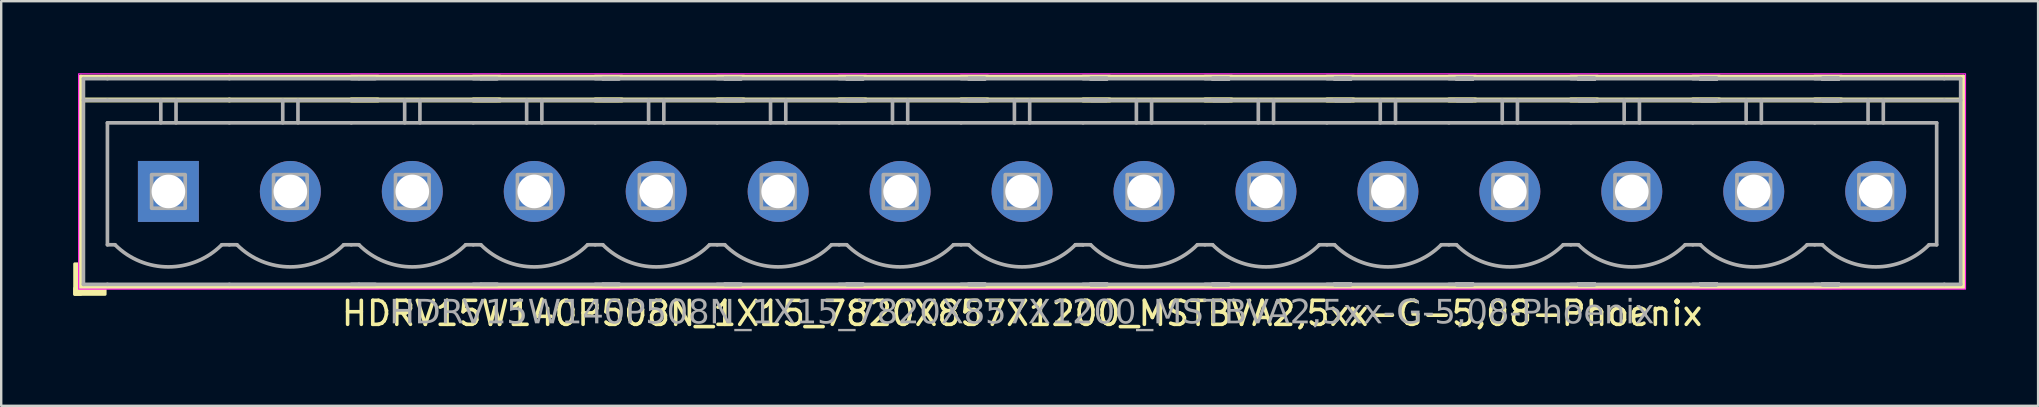
<source format=kicad_pcb>
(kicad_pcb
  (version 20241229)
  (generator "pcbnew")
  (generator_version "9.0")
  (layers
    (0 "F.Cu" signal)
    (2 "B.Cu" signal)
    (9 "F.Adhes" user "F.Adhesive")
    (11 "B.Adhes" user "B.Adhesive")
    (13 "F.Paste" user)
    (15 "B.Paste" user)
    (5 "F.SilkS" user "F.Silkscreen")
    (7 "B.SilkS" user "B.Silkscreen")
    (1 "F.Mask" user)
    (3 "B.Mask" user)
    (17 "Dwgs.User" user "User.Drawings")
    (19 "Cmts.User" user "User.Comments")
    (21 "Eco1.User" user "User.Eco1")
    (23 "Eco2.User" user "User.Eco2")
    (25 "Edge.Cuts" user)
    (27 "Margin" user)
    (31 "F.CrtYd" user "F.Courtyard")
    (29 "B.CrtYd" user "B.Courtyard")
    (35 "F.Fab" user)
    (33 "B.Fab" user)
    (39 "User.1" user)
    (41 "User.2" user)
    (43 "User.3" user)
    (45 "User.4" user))
  (footprint "HDRV15W140P508N_1X15_7820X857X1200_MSTBVA2,5xx-G-5,08-Phoenix"
    (layer "F.Cu")
    (at 39.525 4.925)
    (property "Reference" "HDRV15W140P508N_1X15_7820X857X1200_MSTBVA2,5xx-G-5,08-Phoenix" (at 0 5.08 0) (layer "F.SilkS") (effects (font (size 1 1) (thickness 0.15))))
    (attr through_hole)
    (fp_line (start -39.211 -4.763) (end -39.211 3.969) (stroke (width 0.203) (type solid)) (layer "F.SilkS"))
    (fp_line (start -39.211 -4.763) (end -33.02 -4.763) (stroke (width 0.203) (type solid)) (layer "F.SilkS"))
    (fp_line (start -39.211 -3.81) (end -33.02 -3.81) (stroke (width 0.203) (type solid)) (layer "F.SilkS"))
    (fp_line (start -39.211 3.969) (end -33.02 3.969) (stroke (width 0.203) (type solid)) (layer "F.SilkS"))
    (fp_line (start -26.829 -4.763) (end -33.02 -4.763) (stroke (width 0.203) (type solid)) (layer "F.SilkS"))
    (fp_line (start -26.829 -3.81) (end -33.02 -3.81) (stroke (width 0.203) (type solid)) (layer "F.SilkS"))
    (fp_line (start -26.829 3.969) (end -33.02 3.969) (stroke (width 0.203) (type solid)) (layer "F.SilkS"))
    (fp_line (start -21.749 -4.763) (end -27.94 -4.763) (stroke (width 0.203) (type solid)) (layer "F.SilkS"))
    (fp_line (start -21.749 -3.81) (end -27.94 -3.81) (stroke (width 0.203) (type solid)) (layer "F.SilkS"))
    (fp_line (start -21.749 3.969) (end -27.94 3.969) (stroke (width 0.203) (type solid)) (layer "F.SilkS"))
    (fp_line (start -16.669 -4.763) (end -22.86 -4.763) (stroke (width 0.203) (type solid)) (layer "F.SilkS"))
    (fp_line (start -16.669 -3.81) (end -22.86 -3.81) (stroke (width 0.203) (type solid)) (layer "F.SilkS"))
    (fp_line (start -16.669 3.969) (end -22.86 3.969) (stroke (width 0.203) (type solid)) (layer "F.SilkS"))
    (fp_line (start -11.589 -4.763) (end -17.78 -4.763) (stroke (width 0.203) (type solid)) (layer "F.SilkS"))
    (fp_line (start -11.589 -3.81) (end -17.78 -3.81) (stroke (width 0.203) (type solid)) (layer "F.SilkS"))
    (fp_line (start -11.589 3.969) (end -17.78 3.969) (stroke (width 0.203) (type solid)) (layer "F.SilkS"))
    (fp_line (start -6.509 -4.763) (end -12.7 -4.763) (stroke (width 0.203) (type solid)) (layer "F.SilkS"))
    (fp_line (start -6.509 -3.81) (end -12.7 -3.81) (stroke (width 0.203) (type solid)) (layer "F.SilkS"))
    (fp_line (start -6.509 3.969) (end -12.7 3.969) (stroke (width 0.203) (type solid)) (layer "F.SilkS"))
    (fp_line (start -1.429 -4.763) (end -7.62 -4.763) (stroke (width 0.203) (type solid)) (layer "F.SilkS"))
    (fp_line (start -1.429 -3.81) (end -7.62 -3.81) (stroke (width 0.203) (type solid)) (layer "F.SilkS"))
    (fp_line (start -1.429 3.969) (end -7.62 3.969) (stroke (width 0.203) (type solid)) (layer "F.SilkS"))
    (fp_line (start 3.651 -4.763) (end -2.54 -4.763) (stroke (width 0.203) (type solid)) (layer "F.SilkS"))
    (fp_line (start 3.651 -3.81) (end -2.54 -3.81) (stroke (width 0.203) (type solid)) (layer "F.SilkS"))
    (fp_line (start 3.651 3.969) (end -2.54 3.969) (stroke (width 0.203) (type solid)) (layer "F.SilkS"))
    (fp_line (start 8.731 -4.763) (end 2.54 -4.763) (stroke (width 0.203) (type solid)) (layer "F.SilkS"))
    (fp_line (start 8.731 -3.81) (end 2.54 -3.81) (stroke (width 0.203) (type solid)) (layer "F.SilkS"))
    (fp_line (start 8.731 3.969) (end 2.54 3.969) (stroke (width 0.203) (type solid)) (layer "F.SilkS"))
    (fp_line (start 13.811 -4.763) (end 7.62 -4.763) (stroke (width 0.203) (type solid)) (layer "F.SilkS"))
    (fp_line (start 13.811 -3.81) (end 7.62 -3.81) (stroke (width 0.203) (type solid)) (layer "F.SilkS"))
    (fp_line (start 13.811 3.969) (end 7.62 3.969) (stroke (width 0.203) (type solid)) (layer "F.SilkS"))
    (fp_line (start 18.891 -4.763) (end 12.7 -4.763) (stroke (width 0.203) (type solid)) (layer "F.SilkS"))
    (fp_line (start 18.891 -3.81) (end 12.7 -3.81) (stroke (width 0.203) (type solid)) (layer "F.SilkS"))
    (fp_line (start 18.891 3.969) (end 12.7 3.969) (stroke (width 0.203) (type solid)) (layer "F.SilkS"))
    (fp_line (start 23.971 -4.763) (end 17.78 -4.763) (stroke (width 0.203) (type solid)) (layer "F.SilkS"))
    (fp_line (start 23.971 -3.81) (end 17.78 -3.81) (stroke (width 0.203) (type solid)) (layer "F.SilkS"))
    (fp_line (start 23.971 3.969) (end 17.78 3.969) (stroke (width 0.203) (type solid)) (layer "F.SilkS"))
    (fp_line (start 29.051 -4.763) (end 22.86 -4.763) (stroke (width 0.203) (type solid)) (layer "F.SilkS"))
    (fp_line (start 29.051 -3.81) (end 22.86 -3.81) (stroke (width 0.203) (type solid)) (layer "F.SilkS"))
    (fp_line (start 29.051 3.969) (end 22.86 3.969) (stroke (width 0.203) (type solid)) (layer "F.SilkS"))
    (fp_line (start 34.131 -4.763) (end 27.94 -4.763) (stroke (width 0.203) (type solid)) (layer "F.SilkS"))
    (fp_line (start 34.131 -3.81) (end 27.94 -3.81) (stroke (width 0.203) (type solid)) (layer "F.SilkS"))
    (fp_line (start 34.131 3.969) (end 27.94 3.969) (stroke (width 0.203) (type solid)) (layer "F.SilkS"))
    (fp_line (start 39.211 -4.763) (end 33.02 -4.763) (stroke (width 0.203) (type solid)) (layer "F.SilkS"))
    (fp_line (start 39.211 -4.763) (end 39.211 3.969) (stroke (width 0.203) (type solid)) (layer "F.SilkS"))
    (fp_line (start 39.211 -3.81) (end 33.02 -3.81) (stroke (width 0.203) (type solid)) (layer "F.SilkS"))
    (fp_line (start 39.211 3.969) (end 33.02 3.969) (stroke (width 0.203) (type solid)) (layer "F.SilkS"))
    (fp_rect (start -39.211 3.016) (end -39.465 4.286) (stroke (width 0.12) (type solid)) (fill yes) (layer "F.SilkS"))
    (fp_rect (start -38.195 4.286) (end -39.465 4.032) (stroke (width 0.12) (type solid)) (fill yes) (layer "F.SilkS"))
    (fp_rect (start -39.3 -4.9) (end 39.3 4.07) (stroke (width 0.05) (type default)) (fill no) (layer "F.CrtYd"))
    (fp_line (start -39.1 -4.7) (end -39.1 3.87) (stroke (width 0.152) (type solid)) (layer "F.Fab"))
    (fp_line (start -39.1 -3.8) (end -38.1 -3.8) (stroke (width 0.152) (type solid)) (layer "F.Fab"))
    (fp_line (start -38.1 -4.7) (end -39.1 -4.7) (stroke (width 0.152) (type solid)) (layer "F.Fab"))
    (fp_line (start -38.1 -4.7) (end -33.02 -4.7) (stroke (width 0.152) (type solid)) (layer "F.Fab"))
    (fp_line (start -38.1 -2.858) (end -33.02 -2.858) (stroke (width 0.152) (type default)) (layer "F.Fab"))
    (fp_line (start -38.1 2.222) (end -38.1 -2.858) (stroke (width 0.152) (type default)) (layer "F.Fab"))
    (fp_line (start -38.1 3.87) (end -39.1 3.87) (stroke (width 0.152) (type solid)) (layer "F.Fab"))
    (fp_line (start -38.1 3.87) (end -33.02 3.87) (stroke (width 0.152) (type solid)) (layer "F.Fab"))
    (fp_line (start -37.782 2.222) (end -38.1 2.222) (stroke (width 0.152) (type default)) (layer "F.Fab"))
    (fp_line (start -35.877 -3.8) (end -35.877 -2.858) (stroke (width 0.152) (type default)) (layer "F.Fab"))
    (fp_line (start -35.242 -3.8) (end -35.242 -2.858) (stroke (width 0.152) (type default)) (layer "F.Fab"))
    (fp_line (start -33.02 -4.7) (end -27.622 -4.7) (stroke (width 0.152) (type solid)) (layer "F.Fab"))
    (fp_line (start -33.02 -3.8) (end -38.1 -3.8) (stroke (width 0.152) (type solid)) (layer "F.Fab"))
    (fp_line (start -33.02 -2.858) (end -27.94 -2.858) (stroke (width 0.152) (type default)) (layer "F.Fab"))
    (fp_line (start -33.02 2.222) (end -33.337 2.222) (stroke (width 0.152) (type default)) (layer "F.Fab"))
    (fp_line (start -33.02 3.87) (end -27.622 3.87) (stroke (width 0.152) (type solid)) (layer "F.Fab"))
    (fp_line (start -32.703 2.222) (end -33.02 2.222) (stroke (width 0.152) (type default)) (layer "F.Fab"))
    (fp_line (start -30.797 -3.8) (end -30.797 -2.858) (stroke (width 0.152) (type default)) (layer "F.Fab"))
    (fp_line (start -30.163 -3.8) (end -30.163 -2.858) (stroke (width 0.152) (type default)) (layer "F.Fab"))
    (fp_line (start -27.94 -4.7) (end -22.543 -4.7) (stroke (width 0.152) (type solid)) (layer "F.Fab"))
    (fp_line (start -27.94 -2.858) (end -22.86 -2.858) (stroke (width 0.152) (type default)) (layer "F.Fab"))
    (fp_line (start -27.94 2.222) (end -28.258 2.222) (stroke (width 0.152) (type default)) (layer "F.Fab"))
    (fp_line (start -27.94 3.87) (end -22.543 3.87) (stroke (width 0.152) (type solid)) (layer "F.Fab"))
    (fp_line (start -27.622 -4.7) (end -26.94 -4.7) (stroke (width 0.152) (type solid)) (layer "F.Fab"))
    (fp_line (start -27.622 -3.8) (end -33.02 -3.8) (stroke (width 0.152) (type solid)) (layer "F.Fab"))
    (fp_line (start -27.622 2.222) (end -27.94 2.222) (stroke (width 0.152) (type default)) (layer "F.Fab"))
    (fp_line (start -27.622 3.87) (end -26.94 3.87) (stroke (width 0.152) (type solid)) (layer "F.Fab"))
    (fp_line (start -26.94 -3.8) (end -27.622 -3.8) (stroke (width 0.152) (type solid)) (layer "F.Fab"))
    (fp_line (start -25.718 -3.8) (end -25.718 -2.858) (stroke (width 0.152) (type default)) (layer "F.Fab"))
    (fp_line (start -25.082 -3.8) (end -25.082 -2.858) (stroke (width 0.152) (type default)) (layer "F.Fab"))
    (fp_line (start -22.86 -4.7) (end -17.462 -4.7) (stroke (width 0.152) (type solid)) (layer "F.Fab"))
    (fp_line (start -22.86 -2.858) (end -17.78 -2.858) (stroke (width 0.152) (type default)) (layer "F.Fab"))
    (fp_line (start -22.86 2.222) (end -23.177 2.222) (stroke (width 0.152) (type default)) (layer "F.Fab"))
    (fp_line (start -22.86 3.87) (end -17.462 3.87) (stroke (width 0.152) (type solid)) (layer "F.Fab"))
    (fp_line (start -22.543 -4.7) (end -21.86 -4.7) (stroke (width 0.152) (type solid)) (layer "F.Fab"))
    (fp_line (start -22.543 -4.7) (end -21.86 -4.7) (stroke (width 0.152) (type solid)) (layer "F.Fab"))
    (fp_line (start -22.543 -3.8) (end -27.94 -3.8) (stroke (width 0.152) (type solid)) (layer "F.Fab"))
    (fp_line (start -22.543 2.222) (end -22.86 2.222) (stroke (width 0.152) (type default)) (layer "F.Fab"))
    (fp_line (start -22.543 3.87) (end -21.86 3.87) (stroke (width 0.152) (type solid)) (layer "F.Fab"))
    (fp_line (start -22.543 3.87) (end -21.86 3.87) (stroke (width 0.152) (type solid)) (layer "F.Fab"))
    (fp_line (start -21.86 -3.8) (end -22.543 -3.8) (stroke (width 0.152) (type solid)) (layer "F.Fab"))
    (fp_line (start -21.86 -3.8) (end -22.543 -3.8) (stroke (width 0.152) (type solid)) (layer "F.Fab"))
    (fp_line (start -20.637 -3.8) (end -20.637 -2.858) (stroke (width 0.152) (type default)) (layer "F.Fab"))
    (fp_line (start -20.003 -3.8) (end -20.003 -2.858) (stroke (width 0.152) (type default)) (layer "F.Fab"))
    (fp_line (start -17.78 -4.7) (end -12.383 -4.7) (stroke (width 0.152) (type solid)) (layer "F.Fab"))
    (fp_line (start -17.78 -2.858) (end -12.7 -2.858) (stroke (width 0.152) (type default)) (layer "F.Fab"))
    (fp_line (start -17.78 2.222) (end -18.098 2.222) (stroke (width 0.152) (type default)) (layer "F.Fab"))
    (fp_line (start -17.78 3.87) (end -12.383 3.87) (stroke (width 0.152) (type solid)) (layer "F.Fab"))
    (fp_line (start -17.462 -4.7) (end -16.78 -4.7) (stroke (width 0.152) (type solid)) (layer "F.Fab"))
    (fp_line (start -17.462 -4.7) (end -16.78 -4.7) (stroke (width 0.152) (type solid)) (layer "F.Fab"))
    (fp_line (start -17.462 -4.7) (end -16.78 -4.7) (stroke (width 0.152) (type solid)) (layer "F.Fab"))
    (fp_line (start -17.462 -3.8) (end -22.86 -3.8) (stroke (width 0.152) (type solid)) (layer "F.Fab"))
    (fp_line (start -17.462 2.222) (end -17.78 2.222) (stroke (width 0.152) (type default)) (layer "F.Fab"))
    (fp_line (start -17.462 3.87) (end -16.78 3.87) (stroke (width 0.152) (type solid)) (layer "F.Fab"))
    (fp_line (start -17.462 3.87) (end -16.78 3.87) (stroke (width 0.152) (type solid)) (layer "F.Fab"))
    (fp_line (start -17.462 3.87) (end -16.78 3.87) (stroke (width 0.152) (type solid)) (layer "F.Fab"))
    (fp_line (start -16.78 -3.8) (end -17.462 -3.8) (stroke (width 0.152) (type solid)) (layer "F.Fab"))
    (fp_line (start -16.78 -3.8) (end -17.462 -3.8) (stroke (width 0.152) (type solid)) (layer "F.Fab"))
    (fp_line (start -16.78 -3.8) (end -17.462 -3.8) (stroke (width 0.152) (type solid)) (layer "F.Fab"))
    (fp_line (start -15.557 -3.8) (end -15.557 -2.858) (stroke (width 0.152) (type default)) (layer "F.Fab"))
    (fp_line (start -14.922 -3.8) (end -14.922 -2.858) (stroke (width 0.152) (type default)) (layer "F.Fab"))
    (fp_line (start -12.7 -4.7) (end -7.303 -4.7) (stroke (width 0.152) (type solid)) (layer "F.Fab"))
    (fp_line (start -12.7 -2.858) (end -7.62 -2.858) (stroke (width 0.152) (type default)) (layer "F.Fab"))
    (fp_line (start -12.7 2.222) (end -13.018 2.222) (stroke (width 0.152) (type default)) (layer "F.Fab"))
    (fp_line (start -12.7 3.87) (end -7.303 3.87) (stroke (width 0.152) (type solid)) (layer "F.Fab"))
    (fp_line (start -12.383 -4.7) (end -11.7 -4.7) (stroke (width 0.152) (type solid)) (layer "F.Fab"))
    (fp_line (start -12.383 -4.7) (end -11.7 -4.7) (stroke (width 0.152) (type solid)) (layer "F.Fab"))
    (fp_line (start -12.383 -4.7) (end -11.7 -4.7) (stroke (width 0.152) (type solid)) (layer "F.Fab"))
    (fp_line (start -12.383 -4.7) (end -11.7 -4.7) (stroke (width 0.152) (type solid)) (layer "F.Fab"))
    (fp_line (start -12.383 -3.8) (end -17.78 -3.8) (stroke (width 0.152) (type solid)) (layer "F.Fab"))
    (fp_line (start -12.383 2.222) (end -12.7 2.222) (stroke (width 0.152) (type default)) (layer "F.Fab"))
    (fp_line (start -12.383 3.87) (end -11.7 3.87) (stroke (width 0.152) (type solid)) (layer "F.Fab"))
    (fp_line (start -12.383 3.87) (end -11.7 3.87) (stroke (width 0.152) (type solid)) (layer "F.Fab"))
    (fp_line (start -12.383 3.87) (end -11.7 3.87) (stroke (width 0.152) (type solid)) (layer "F.Fab"))
    (fp_line (start -12.383 3.87) (end -11.7 3.87) (stroke (width 0.152) (type solid)) (layer "F.Fab"))
    (fp_line (start -11.7 -3.8) (end -12.383 -3.8) (stroke (width 0.152) (type solid)) (layer "F.Fab"))
    (fp_line (start -11.7 -3.8) (end -12.383 -3.8) (stroke (width 0.152) (type solid)) (layer "F.Fab"))
    (fp_line (start -11.7 -3.8) (end -12.383 -3.8) (stroke (width 0.152) (type solid)) (layer "F.Fab"))
    (fp_line (start -11.7 -3.8) (end -12.383 -3.8) (stroke (width 0.152) (type solid)) (layer "F.Fab"))
    (fp_line (start -10.477 -3.8) (end -10.477 -2.858) (stroke (width 0.152) (type default)) (layer "F.Fab"))
    (fp_line (start -9.842 -3.8) (end -9.842 -2.858) (stroke (width 0.152) (type default)) (layer "F.Fab"))
    (fp_line (start -7.62 -4.7) (end -2.223 -4.7) (stroke (width 0.152) (type solid)) (layer "F.Fab"))
    (fp_line (start -7.62 -2.858) (end -2.54 -2.858) (stroke (width 0.152) (type default)) (layer "F.Fab"))
    (fp_line (start -7.62 2.222) (end -7.938 2.222) (stroke (width 0.152) (type default)) (layer "F.Fab"))
    (fp_line (start -7.62 3.87) (end -2.223 3.87) (stroke (width 0.152) (type solid)) (layer "F.Fab"))
    (fp_line (start -7.303 -4.7) (end -6.62 -4.7) (stroke (width 0.152) (type solid)) (layer "F.Fab"))
    (fp_line (start -7.303 -4.7) (end -6.62 -4.7) (stroke (width 0.152) (type solid)) (layer "F.Fab"))
    (fp_line (start -7.303 -4.7) (end -6.62 -4.7) (stroke (width 0.152) (type solid)) (layer "F.Fab"))
    (fp_line (start -7.303 -4.7) (end -6.62 -4.7) (stroke (width 0.152) (type solid)) (layer "F.Fab"))
    (fp_line (start -7.303 -4.7) (end -6.62 -4.7) (stroke (width 0.152) (type solid)) (layer "F.Fab"))
    (fp_line (start -7.303 -3.8) (end -12.7 -3.8) (stroke (width 0.152) (type solid)) (layer "F.Fab"))
    (fp_line (start -7.303 2.222) (end -7.62 2.222) (stroke (width 0.152) (type default)) (layer "F.Fab"))
    (fp_line (start -7.303 3.87) (end -6.62 3.87) (stroke (width 0.152) (type solid)) (layer "F.Fab"))
    (fp_line (start -7.303 3.87) (end -6.62 3.87) (stroke (width 0.152) (type solid)) (layer "F.Fab"))
    (fp_line (start -7.303 3.87) (end -6.62 3.87) (stroke (width 0.152) (type solid)) (layer "F.Fab"))
    (fp_line (start -7.303 3.87) (end -6.62 3.87) (stroke (width 0.152) (type solid)) (layer "F.Fab"))
    (fp_line (start -7.303 3.87) (end -6.62 3.87) (stroke (width 0.152) (type solid)) (layer "F.Fab"))
    (fp_line (start -6.62 -3.8) (end -7.303 -3.8) (stroke (width 0.152) (type solid)) (layer "F.Fab"))
    (fp_line (start -6.62 -3.8) (end -7.303 -3.8) (stroke (width 0.152) (type solid)) (layer "F.Fab"))
    (fp_line (start -6.62 -3.8) (end -7.303 -3.8) (stroke (width 0.152) (type solid)) (layer "F.Fab"))
    (fp_line (start -6.62 -3.8) (end -7.303 -3.8) (stroke (width 0.152) (type solid)) (layer "F.Fab"))
    (fp_line (start -6.62 -3.8) (end -7.303 -3.8) (stroke (width 0.152) (type solid)) (layer "F.Fab"))
    (fp_line (start -5.397 -3.8) (end -5.397 -2.858) (stroke (width 0.152) (type default)) (layer "F.Fab"))
    (fp_line (start -4.763 -3.8) (end -4.763 -2.858) (stroke (width 0.152) (type default)) (layer "F.Fab"))
    (fp_line (start -2.54 -4.7) (end 2.857 -4.7) (stroke (width 0.152) (type solid)) (layer "F.Fab"))
    (fp_line (start -2.54 -2.858) (end 2.54 -2.858) (stroke (width 0.152) (type default)) (layer "F.Fab"))
    (fp_line (start -2.54 2.222) (end -2.857 2.222) (stroke (width 0.152) (type default)) (layer "F.Fab"))
    (fp_line (start -2.54 3.87) (end 2.857 3.87) (stroke (width 0.152) (type solid)) (layer "F.Fab"))
    (fp_line (start -2.223 -4.7) (end -1.54 -4.7) (stroke (width 0.152) (type solid)) (layer "F.Fab"))
    (fp_line (start -2.223 -4.7) (end -1.54 -4.7) (stroke (width 0.152) (type solid)) (layer "F.Fab"))
    (fp_line (start -2.223 -4.7) (end -1.54 -4.7) (stroke (width 0.152) (type solid)) (layer "F.Fab"))
    (fp_line (start -2.223 -4.7) (end -1.54 -4.7) (stroke (width 0.152) (type solid)) (layer "F.Fab"))
    (fp_line (start -2.223 -4.7) (end -1.54 -4.7) (stroke (width 0.152) (type solid)) (layer "F.Fab"))
    (fp_line (start -2.223 -4.7) (end -1.54 -4.7) (stroke (width 0.152) (type solid)) (layer "F.Fab"))
    (fp_line (start -2.223 -3.8) (end -7.62 -3.8) (stroke (width 0.152) (type solid)) (layer "F.Fab"))
    (fp_line (start -2.223 2.222) (end -2.54 2.222) (stroke (width 0.152) (type default)) (layer "F.Fab"))
    (fp_line (start -2.223 3.87) (end -1.54 3.87) (stroke (width 0.152) (type solid)) (layer "F.Fab"))
    (fp_line (start -2.223 3.87) (end -1.54 3.87) (stroke (width 0.152) (type solid)) (layer "F.Fab"))
    (fp_line (start -2.223 3.87) (end -1.54 3.87) (stroke (width 0.152) (type solid)) (layer "F.Fab"))
    (fp_line (start -2.223 3.87) (end -1.54 3.87) (stroke (width 0.152) (type solid)) (layer "F.Fab"))
    (fp_line (start -2.223 3.87) (end -1.54 3.87) (stroke (width 0.152) (type solid)) (layer "F.Fab"))
    (fp_line (start -2.223 3.87) (end -1.54 3.87) (stroke (width 0.152) (type solid)) (layer "F.Fab"))
    (fp_line (start -1.54 -3.8) (end -2.223 -3.8) (stroke (width 0.152) (type solid)) (layer "F.Fab"))
    (fp_line (start -1.54 -3.8) (end -2.223 -3.8) (stroke (width 0.152) (type solid)) (layer "F.Fab"))
    (fp_line (start -1.54 -3.8) (end -2.223 -3.8) (stroke (width 0.152) (type solid)) (layer "F.Fab"))
    (fp_line (start -1.54 -3.8) (end -2.223 -3.8) (stroke (width 0.152) (type solid)) (layer "F.Fab"))
    (fp_line (start -1.54 -3.8) (end -2.223 -3.8) (stroke (width 0.152) (type solid)) (layer "F.Fab"))
    (fp_line (start -1.54 -3.8) (end -2.223 -3.8) (stroke (width 0.152) (type solid)) (layer "F.Fab"))
    (fp_line (start -0.318 -3.8) (end -0.318 -2.858) (stroke (width 0.152) (type default)) (layer "F.Fab"))
    (fp_line (start 0.318 -3.8) (end 0.318 -2.858) (stroke (width 0.152) (type default)) (layer "F.Fab"))
    (fp_line (start 2.54 -4.7) (end 7.938 -4.7) (stroke (width 0.152) (type solid)) (layer "F.Fab"))
    (fp_line (start 2.54 -2.858) (end 7.62 -2.858) (stroke (width 0.152) (type default)) (layer "F.Fab"))
    (fp_line (start 2.54 2.222) (end 2.223 2.222) (stroke (width 0.152) (type default)) (layer "F.Fab"))
    (fp_line (start 2.54 2.222) (end 2.223 2.222) (stroke (width 0.152) (type default)) (layer "F.Fab"))
    (fp_line (start 2.54 3.87) (end 7.938 3.87) (stroke (width 0.152) (type solid)) (layer "F.Fab"))
    (fp_line (start 2.857 -4.7) (end 3.54 -4.7) (stroke (width 0.152) (type solid)) (layer "F.Fab"))
    (fp_line (start 2.857 -4.7) (end 3.54 -4.7) (stroke (width 0.152) (type solid)) (layer "F.Fab"))
    (fp_line (start 2.857 -4.7) (end 3.54 -4.7) (stroke (width 0.152) (type solid)) (layer "F.Fab"))
    (fp_line (start 2.857 -4.7) (end 3.54 -4.7) (stroke (width 0.152) (type solid)) (layer "F.Fab"))
    (fp_line (start 2.857 -4.7) (end 3.54 -4.7) (stroke (width 0.152) (type solid)) (layer "F.Fab"))
    (fp_line (start 2.857 -4.7) (end 3.54 -4.7) (stroke (width 0.152) (type solid)) (layer "F.Fab"))
    (fp_line (start 2.857 -4.7) (end 3.54 -4.7) (stroke (width 0.152) (type solid)) (layer "F.Fab"))
    (fp_line (start 2.857 -3.8) (end -2.54 -3.8) (stroke (width 0.152) (type solid)) (layer "F.Fab"))
    (fp_line (start 2.857 2.222) (end 2.54 2.222) (stroke (width 0.152) (type default)) (layer "F.Fab"))
    (fp_line (start 2.857 3.87) (end 3.54 3.87) (stroke (width 0.152) (type solid)) (layer "F.Fab"))
    (fp_line (start 2.857 3.87) (end 3.54 3.87) (stroke (width 0.152) (type solid)) (layer "F.Fab"))
    (fp_line (start 2.857 3.87) (end 3.54 3.87) (stroke (width 0.152) (type solid)) (layer "F.Fab"))
    (fp_line (start 2.857 3.87) (end 3.54 3.87) (stroke (width 0.152) (type solid)) (layer "F.Fab"))
    (fp_line (start 2.857 3.87) (end 3.54 3.87) (stroke (width 0.152) (type solid)) (layer "F.Fab"))
    (fp_line (start 2.857 3.87) (end 3.54 3.87) (stroke (width 0.152) (type solid)) (layer "F.Fab"))
    (fp_line (start 2.857 3.87) (end 3.54 3.87) (stroke (width 0.152) (type solid)) (layer "F.Fab"))
    (fp_line (start 3.54 -3.8) (end 2.857 -3.8) (stroke (width 0.152) (type solid)) (layer "F.Fab"))
    (fp_line (start 3.54 -3.8) (end 2.857 -3.8) (stroke (width 0.152) (type solid)) (layer "F.Fab"))
    (fp_line (start 3.54 -3.8) (end 2.857 -3.8) (stroke (width 0.152) (type solid)) (layer "F.Fab"))
    (fp_line (start 3.54 -3.8) (end 2.857 -3.8) (stroke (width 0.152) (type solid)) (layer "F.Fab"))
    (fp_line (start 3.54 -3.8) (end 2.857 -3.8) (stroke (width 0.152) (type solid)) (layer "F.Fab"))
    (fp_line (start 3.54 -3.8) (end 2.857 -3.8) (stroke (width 0.152) (type solid)) (layer "F.Fab"))
    (fp_line (start 3.54 -3.8) (end 2.857 -3.8) (stroke (width 0.152) (type solid)) (layer "F.Fab"))
    (fp_line (start 4.763 -3.8) (end 4.763 -2.858) (stroke (width 0.152) (type default)) (layer "F.Fab"))
    (fp_line (start 5.397 -3.8) (end 5.397 -2.858) (stroke (width 0.152) (type default)) (layer "F.Fab"))
    (fp_line (start 7.62 -4.7) (end 13.018 -4.7) (stroke (width 0.152) (type solid)) (layer "F.Fab"))
    (fp_line (start 7.62 -2.858) (end 12.7 -2.858) (stroke (width 0.152) (type default)) (layer "F.Fab"))
    (fp_line (start 7.62 2.222) (end 7.303 2.222) (stroke (width 0.152) (type default)) (layer "F.Fab"))
    (fp_line (start 7.62 3.87) (end 13.018 3.87) (stroke (width 0.152) (type solid)) (layer "F.Fab"))
    (fp_line (start 7.938 -4.7) (end 8.62 -4.7) (stroke (width 0.152) (type solid)) (layer "F.Fab"))
    (fp_line (start 7.938 -4.7) (end 8.62 -4.7) (stroke (width 0.152) (type solid)) (layer "F.Fab"))
    (fp_line (start 7.938 -4.7) (end 8.62 -4.7) (stroke (width 0.152) (type solid)) (layer "F.Fab"))
    (fp_line (start 7.938 -4.7) (end 8.62 -4.7) (stroke (width 0.152) (type solid)) (layer "F.Fab"))
    (fp_line (start 7.938 -4.7) (end 8.62 -4.7) (stroke (width 0.152) (type solid)) (layer "F.Fab"))
    (fp_line (start 7.938 -4.7) (end 8.62 -4.7) (stroke (width 0.152) (type solid)) (layer "F.Fab"))
    (fp_line (start 7.938 -4.7) (end 8.62 -4.7) (stroke (width 0.152) (type solid)) (layer "F.Fab"))
    (fp_line (start 7.938 -4.7) (end 8.62 -4.7) (stroke (width 0.152) (type solid)) (layer "F.Fab"))
    (fp_line (start 7.938 -3.8) (end 2.54 -3.8) (stroke (width 0.152) (type solid)) (layer "F.Fab"))
    (fp_line (start 7.938 2.222) (end 7.62 2.222) (stroke (width 0.152) (type default)) (layer "F.Fab"))
    (fp_line (start 7.938 3.87) (end 8.62 3.87) (stroke (width 0.152) (type solid)) (layer "F.Fab"))
    (fp_line (start 7.938 3.87) (end 8.62 3.87) (stroke (width 0.152) (type solid)) (layer "F.Fab"))
    (fp_line (start 7.938 3.87) (end 8.62 3.87) (stroke (width 0.152) (type solid)) (layer "F.Fab"))
    (fp_line (start 7.938 3.87) (end 8.62 3.87) (stroke (width 0.152) (type solid)) (layer "F.Fab"))
    (fp_line (start 7.938 3.87) (end 8.62 3.87) (stroke (width 0.152) (type solid)) (layer "F.Fab"))
    (fp_line (start 7.938 3.87) (end 8.62 3.87) (stroke (width 0.152) (type solid)) (layer "F.Fab"))
    (fp_line (start 7.938 3.87) (end 8.62 3.87) (stroke (width 0.152) (type solid)) (layer "F.Fab"))
    (fp_line (start 7.938 3.87) (end 8.62 3.87) (stroke (width 0.152) (type solid)) (layer "F.Fab"))
    (fp_line (start 8.62 -3.8) (end 7.938 -3.8) (stroke (width 0.152) (type solid)) (layer "F.Fab"))
    (fp_line (start 8.62 -3.8) (end 7.938 -3.8) (stroke (width 0.152) (type solid)) (layer "F.Fab"))
    (fp_line (start 8.62 -3.8) (end 7.938 -3.8) (stroke (width 0.152) (type solid)) (layer "F.Fab"))
    (fp_line (start 8.62 -3.8) (end 7.938 -3.8) (stroke (width 0.152) (type solid)) (layer "F.Fab"))
    (fp_line (start 8.62 -3.8) (end 7.938 -3.8) (stroke (width 0.152) (type solid)) (layer "F.Fab"))
    (fp_line (start 8.62 -3.8) (end 7.938 -3.8) (stroke (width 0.152) (type solid)) (layer "F.Fab"))
    (fp_line (start 8.62 -3.8) (end 7.938 -3.8) (stroke (width 0.152) (type solid)) (layer "F.Fab"))
    (fp_line (start 8.62 -3.8) (end 7.938 -3.8) (stroke (width 0.152) (type solid)) (layer "F.Fab"))
    (fp_line (start 9.842 -3.8) (end 9.842 -2.858) (stroke (width 0.152) (type default)) (layer "F.Fab"))
    (fp_line (start 10.477 -3.8) (end 10.477 -2.858) (stroke (width 0.152) (type default)) (layer "F.Fab"))
    (fp_line (start 12.7 -4.7) (end 18.098 -4.7) (stroke (width 0.152) (type solid)) (layer "F.Fab"))
    (fp_line (start 12.7 -2.858) (end 17.78 -2.858) (stroke (width 0.152) (type default)) (layer "F.Fab"))
    (fp_line (start 12.7 2.222) (end 12.383 2.222) (stroke (width 0.152) (type default)) (layer "F.Fab"))
    (fp_line (start 12.7 3.87) (end 18.098 3.87) (stroke (width 0.152) (type solid)) (layer "F.Fab"))
    (fp_line (start 13.018 -4.7) (end 13.7 -4.7) (stroke (width 0.152) (type solid)) (layer "F.Fab"))
    (fp_line (start 13.018 -4.7) (end 13.7 -4.7) (stroke (width 0.152) (type solid)) (layer "F.Fab"))
    (fp_line (start 13.018 -4.7) (end 13.7 -4.7) (stroke (width 0.152) (type solid)) (layer "F.Fab"))
    (fp_line (start 13.018 -4.7) (end 13.7 -4.7) (stroke (width 0.152) (type solid)) (layer "F.Fab"))
    (fp_line (start 13.018 -4.7) (end 13.7 -4.7) (stroke (width 0.152) (type solid)) (layer "F.Fab"))
    (fp_line (start 13.018 -4.7) (end 13.7 -4.7) (stroke (width 0.152) (type solid)) (layer "F.Fab"))
    (fp_line (start 13.018 -4.7) (end 13.7 -4.7) (stroke (width 0.152) (type solid)) (layer "F.Fab"))
    (fp_line (start 13.018 -4.7) (end 13.7 -4.7) (stroke (width 0.152) (type solid)) (layer "F.Fab"))
    (fp_line (start 13.018 -4.7) (end 13.7 -4.7) (stroke (width 0.152) (type solid)) (layer "F.Fab"))
    (fp_line (start 13.018 -3.8) (end 7.62 -3.8) (stroke (width 0.152) (type solid)) (layer "F.Fab"))
    (fp_line (start 13.018 2.222) (end 12.7 2.222) (stroke (width 0.152) (type default)) (layer "F.Fab"))
    (fp_line (start 13.018 3.87) (end 13.7 3.87) (stroke (width 0.152) (type solid)) (layer "F.Fab"))
    (fp_line (start 13.018 3.87) (end 13.7 3.87) (stroke (width 0.152) (type solid)) (layer "F.Fab"))
    (fp_line (start 13.018 3.87) (end 13.7 3.87) (stroke (width 0.152) (type solid)) (layer "F.Fab"))
    (fp_line (start 13.018 3.87) (end 13.7 3.87) (stroke (width 0.152) (type solid)) (layer "F.Fab"))
    (fp_line (start 13.018 3.87) (end 13.7 3.87) (stroke (width 0.152) (type solid)) (layer "F.Fab"))
    (fp_line (start 13.018 3.87) (end 13.7 3.87) (stroke (width 0.152) (type solid)) (layer "F.Fab"))
    (fp_line (start 13.018 3.87) (end 13.7 3.87) (stroke (width 0.152) (type solid)) (layer "F.Fab"))
    (fp_line (start 13.018 3.87) (end 13.7 3.87) (stroke (width 0.152) (type solid)) (layer "F.Fab"))
    (fp_line (start 13.018 3.87) (end 13.7 3.87) (stroke (width 0.152) (type solid)) (layer "F.Fab"))
    (fp_line (start 13.7 -3.8) (end 13.018 -3.8) (stroke (width 0.152) (type solid)) (layer "F.Fab"))
    (fp_line (start 13.7 -3.8) (end 13.018 -3.8) (stroke (width 0.152) (type solid)) (layer "F.Fab"))
    (fp_line (start 13.7 -3.8) (end 13.018 -3.8) (stroke (width 0.152) (type solid)) (layer "F.Fab"))
    (fp_line (start 13.7 -3.8) (end 13.018 -3.8) (stroke (width 0.152) (type solid)) (layer "F.Fab"))
    (fp_line (start 13.7 -3.8) (end 13.018 -3.8) (stroke (width 0.152) (type solid)) (layer "F.Fab"))
    (fp_line (start 13.7 -3.8) (end 13.018 -3.8) (stroke (width 0.152) (type solid)) (layer "F.Fab"))
    (fp_line (start 13.7 -3.8) (end 13.018 -3.8) (stroke (width 0.152) (type solid)) (layer "F.Fab"))
    (fp_line (start 13.7 -3.8) (end 13.018 -3.8) (stroke (width 0.152) (type solid)) (layer "F.Fab"))
    (fp_line (start 13.7 -3.8) (end 13.018 -3.8) (stroke (width 0.152) (type solid)) (layer "F.Fab"))
    (fp_line (start 14.922 -3.8) (end 14.922 -2.858) (stroke (width 0.152) (type default)) (layer "F.Fab"))
    (fp_line (start 15.557 -3.8) (end 15.557 -2.858) (stroke (width 0.152) (type default)) (layer "F.Fab"))
    (fp_line (start 17.78 -4.7) (end 23.177 -4.7) (stroke (width 0.152) (type solid)) (layer "F.Fab"))
    (fp_line (start 17.78 -2.858) (end 22.86 -2.858) (stroke (width 0.152) (type default)) (layer "F.Fab"))
    (fp_line (start 17.78 2.222) (end 17.462 2.222) (stroke (width 0.152) (type default)) (layer "F.Fab"))
    (fp_line (start 17.78 3.87) (end 23.177 3.87) (stroke (width 0.152) (type solid)) (layer "F.Fab"))
    (fp_line (start 18.098 -4.7) (end 18.78 -4.7) (stroke (width 0.152) (type solid)) (layer "F.Fab"))
    (fp_line (start 18.098 -4.7) (end 18.78 -4.7) (stroke (width 0.152) (type solid)) (layer "F.Fab"))
    (fp_line (start 18.098 -4.7) (end 18.78 -4.7) (stroke (width 0.152) (type solid)) (layer "F.Fab"))
    (fp_line (start 18.098 -4.7) (end 18.78 -4.7) (stroke (width 0.152) (type solid)) (layer "F.Fab"))
    (fp_line (start 18.098 -4.7) (end 18.78 -4.7) (stroke (width 0.152) (type solid)) (layer "F.Fab"))
    (fp_line (start 18.098 -4.7) (end 18.78 -4.7) (stroke (width 0.152) (type solid)) (layer "F.Fab"))
    (fp_line (start 18.098 -4.7) (end 18.78 -4.7) (stroke (width 0.152) (type solid)) (layer "F.Fab"))
    (fp_line (start 18.098 -4.7) (end 18.78 -4.7) (stroke (width 0.152) (type solid)) (layer "F.Fab"))
    (fp_line (start 18.098 -4.7) (end 18.78 -4.7) (stroke (width 0.152) (type solid)) (layer "F.Fab"))
    (fp_line (start 18.098 -4.7) (end 18.78 -4.7) (stroke (width 0.152) (type solid)) (layer "F.Fab"))
    (fp_line (start 18.098 -3.8) (end 12.7 -3.8) (stroke (width 0.152) (type solid)) (layer "F.Fab"))
    (fp_line (start 18.098 2.222) (end 17.78 2.222) (stroke (width 0.152) (type default)) (layer "F.Fab"))
    (fp_line (start 18.098 3.87) (end 18.78 3.87) (stroke (width 0.152) (type solid)) (layer "F.Fab"))
    (fp_line (start 18.098 3.87) (end 18.78 3.87) (stroke (width 0.152) (type solid)) (layer "F.Fab"))
    (fp_line (start 18.098 3.87) (end 18.78 3.87) (stroke (width 0.152) (type solid)) (layer "F.Fab"))
    (fp_line (start 18.098 3.87) (end 18.78 3.87) (stroke (width 0.152) (type solid)) (layer "F.Fab"))
    (fp_line (start 18.098 3.87) (end 18.78 3.87) (stroke (width 0.152) (type solid)) (layer "F.Fab"))
    (fp_line (start 18.098 3.87) (end 18.78 3.87) (stroke (width 0.152) (type solid)) (layer "F.Fab"))
    (fp_line (start 18.098 3.87) (end 18.78 3.87) (stroke (width 0.152) (type solid)) (layer "F.Fab"))
    (fp_line (start 18.098 3.87) (end 18.78 3.87) (stroke (width 0.152) (type solid)) (layer "F.Fab"))
    (fp_line (start 18.098 3.87) (end 18.78 3.87) (stroke (width 0.152) (type solid)) (layer "F.Fab"))
    (fp_line (start 18.098 3.87) (end 18.78 3.87) (stroke (width 0.152) (type solid)) (layer "F.Fab"))
    (fp_line (start 18.78 -3.8) (end 18.098 -3.8) (stroke (width 0.152) (type solid)) (layer "F.Fab"))
    (fp_line (start 18.78 -3.8) (end 18.098 -3.8) (stroke (width 0.152) (type solid)) (layer "F.Fab"))
    (fp_line (start 18.78 -3.8) (end 18.098 -3.8) (stroke (width 0.152) (type solid)) (layer "F.Fab"))
    (fp_line (start 18.78 -3.8) (end 18.098 -3.8) (stroke (width 0.152) (type solid)) (layer "F.Fab"))
    (fp_line (start 18.78 -3.8) (end 18.098 -3.8) (stroke (width 0.152) (type solid)) (layer "F.Fab"))
    (fp_line (start 18.78 -3.8) (end 18.098 -3.8) (stroke (width 0.152) (type solid)) (layer "F.Fab"))
    (fp_line (start 18.78 -3.8) (end 18.098 -3.8) (stroke (width 0.152) (type solid)) (layer "F.Fab"))
    (fp_line (start 18.78 -3.8) (end 18.098 -3.8) (stroke (width 0.152) (type solid)) (layer "F.Fab"))
    (fp_line (start 18.78 -3.8) (end 18.098 -3.8) (stroke (width 0.152) (type solid)) (layer "F.Fab"))
    (fp_line (start 18.78 -3.8) (end 18.098 -3.8) (stroke (width 0.152) (type solid)) (layer "F.Fab"))
    (fp_line (start 20.003 -3.8) (end 20.003 -2.858) (stroke (width 0.152) (type default)) (layer "F.Fab"))
    (fp_line (start 20.637 -3.8) (end 20.637 -2.858) (stroke (width 0.152) (type default)) (layer "F.Fab"))
    (fp_line (start 22.86 -4.7) (end 28.258 -4.7) (stroke (width 0.152) (type solid)) (layer "F.Fab"))
    (fp_line (start 22.86 -2.858) (end 27.94 -2.858) (stroke (width 0.152) (type default)) (layer "F.Fab"))
    (fp_line (start 22.86 2.222) (end 22.543 2.222) (stroke (width 0.152) (type default)) (layer "F.Fab"))
    (fp_line (start 22.86 3.87) (end 28.258 3.87) (stroke (width 0.152) (type solid)) (layer "F.Fab"))
    (fp_line (start 23.177 -4.7) (end 23.86 -4.7) (stroke (width 0.152) (type solid)) (layer "F.Fab"))
    (fp_line (start 23.177 -4.7) (end 23.86 -4.7) (stroke (width 0.152) (type solid)) (layer "F.Fab"))
    (fp_line (start 23.177 -4.7) (end 23.86 -4.7) (stroke (width 0.152) (type solid)) (layer "F.Fab"))
    (fp_line (start 23.177 -4.7) (end 23.86 -4.7) (stroke (width 0.152) (type solid)) (layer "F.Fab"))
    (fp_line (start 23.177 -4.7) (end 23.86 -4.7) (stroke (width 0.152) (type solid)) (layer "F.Fab"))
    (fp_line (start 23.177 -4.7) (end 23.86 -4.7) (stroke (width 0.152) (type solid)) (layer "F.Fab"))
    (fp_line (start 23.177 -4.7) (end 23.86 -4.7) (stroke (width 0.152) (type solid)) (layer "F.Fab"))
    (fp_line (start 23.177 -4.7) (end 23.86 -4.7) (stroke (width 0.152) (type solid)) (layer "F.Fab"))
    (fp_line (start 23.177 -4.7) (end 23.86 -4.7) (stroke (width 0.152) (type solid)) (layer "F.Fab"))
    (fp_line (start 23.177 -4.7) (end 23.86 -4.7) (stroke (width 0.152) (type solid)) (layer "F.Fab"))
    (fp_line (start 23.177 -4.7) (end 23.86 -4.7) (stroke (width 0.152) (type solid)) (layer "F.Fab"))
    (fp_line (start 23.177 -3.8) (end 17.78 -3.8) (stroke (width 0.152) (type solid)) (layer "F.Fab"))
    (fp_line (start 23.177 2.222) (end 22.86 2.222) (stroke (width 0.152) (type default)) (layer "F.Fab"))
    (fp_line (start 23.177 3.87) (end 23.86 3.87) (stroke (width 0.152) (type solid)) (layer "F.Fab"))
    (fp_line (start 23.177 3.87) (end 23.86 3.87) (stroke (width 0.152) (type solid)) (layer "F.Fab"))
    (fp_line (start 23.177 3.87) (end 23.86 3.87) (stroke (width 0.152) (type solid)) (layer "F.Fab"))
    (fp_line (start 23.177 3.87) (end 23.86 3.87) (stroke (width 0.152) (type solid)) (layer "F.Fab"))
    (fp_line (start 23.177 3.87) (end 23.86 3.87) (stroke (width 0.152) (type solid)) (layer "F.Fab"))
    (fp_line (start 23.177 3.87) (end 23.86 3.87) (stroke (width 0.152) (type solid)) (layer "F.Fab"))
    (fp_line (start 23.177 3.87) (end 23.86 3.87) (stroke (width 0.152) (type solid)) (layer "F.Fab"))
    (fp_line (start 23.177 3.87) (end 23.86 3.87) (stroke (width 0.152) (type solid)) (layer "F.Fab"))
    (fp_line (start 23.177 3.87) (end 23.86 3.87) (stroke (width 0.152) (type solid)) (layer "F.Fab"))
    (fp_line (start 23.177 3.87) (end 23.86 3.87) (stroke (width 0.152) (type solid)) (layer "F.Fab"))
    (fp_line (start 23.177 3.87) (end 23.86 3.87) (stroke (width 0.152) (type solid)) (layer "F.Fab"))
    (fp_line (start 23.86 -3.8) (end 23.177 -3.8) (stroke (width 0.152) (type solid)) (layer "F.Fab"))
    (fp_line (start 23.86 -3.8) (end 23.177 -3.8) (stroke (width 0.152) (type solid)) (layer "F.Fab"))
    (fp_line (start 23.86 -3.8) (end 23.177 -3.8) (stroke (width 0.152) (type solid)) (layer "F.Fab"))
    (fp_line (start 23.86 -3.8) (end 23.177 -3.8) (stroke (width 0.152) (type solid)) (layer "F.Fab"))
    (fp_line (start 23.86 -3.8) (end 23.177 -3.8) (stroke (width 0.152) (type solid)) (layer "F.Fab"))
    (fp_line (start 23.86 -3.8) (end 23.177 -3.8) (stroke (width 0.152) (type solid)) (layer "F.Fab"))
    (fp_line (start 23.86 -3.8) (end 23.177 -3.8) (stroke (width 0.152) (type solid)) (layer "F.Fab"))
    (fp_line (start 23.86 -3.8) (end 23.177 -3.8) (stroke (width 0.152) (type solid)) (layer "F.Fab"))
    (fp_line (start 23.86 -3.8) (end 23.177 -3.8) (stroke (width 0.152) (type solid)) (layer "F.Fab"))
    (fp_line (start 23.86 -3.8) (end 23.177 -3.8) (stroke (width 0.152) (type solid)) (layer "F.Fab"))
    (fp_line (start 23.86 -3.8) (end 23.177 -3.8) (stroke (width 0.152) (type solid)) (layer "F.Fab"))
    (fp_line (start 25.082 -3.8) (end 25.082 -2.858) (stroke (width 0.152) (type default)) (layer "F.Fab"))
    (fp_line (start 25.718 -3.8) (end 25.718 -2.858) (stroke (width 0.152) (type default)) (layer "F.Fab"))
    (fp_line (start 27.94 -4.7) (end 33.337 -4.7) (stroke (width 0.152) (type solid)) (layer "F.Fab"))
    (fp_line (start 27.94 -2.858) (end 33.02 -2.858) (stroke (width 0.152) (type default)) (layer "F.Fab"))
    (fp_line (start 27.94 2.222) (end 27.622 2.222) (stroke (width 0.152) (type default)) (layer "F.Fab"))
    (fp_line (start 27.94 3.87) (end 33.337 3.87) (stroke (width 0.152) (type solid)) (layer "F.Fab"))
    (fp_line (start 28.258 -4.7) (end 28.94 -4.7) (stroke (width 0.152) (type solid)) (layer "F.Fab"))
    (fp_line (start 28.258 -4.7) (end 28.94 -4.7) (stroke (width 0.152) (type solid)) (layer "F.Fab"))
    (fp_line (start 28.258 -4.7) (end 28.94 -4.7) (stroke (width 0.152) (type solid)) (layer "F.Fab"))
    (fp_line (start 28.258 -4.7) (end 28.94 -4.7) (stroke (width 0.152) (type solid)) (layer "F.Fab"))
    (fp_line (start 28.258 -4.7) (end 28.94 -4.7) (stroke (width 0.152) (type solid)) (layer "F.Fab"))
    (fp_line (start 28.258 -4.7) (end 28.94 -4.7) (stroke (width 0.152) (type solid)) (layer "F.Fab"))
    (fp_line (start 28.258 -4.7) (end 28.94 -4.7) (stroke (width 0.152) (type solid)) (layer "F.Fab"))
    (fp_line (start 28.258 -4.7) (end 28.94 -4.7) (stroke (width 0.152) (type solid)) (layer "F.Fab"))
    (fp_line (start 28.258 -4.7) (end 28.94 -4.7) (stroke (width 0.152) (type solid)) (layer "F.Fab"))
    (fp_line (start 28.258 -4.7) (end 28.94 -4.7) (stroke (width 0.152) (type solid)) (layer "F.Fab"))
    (fp_line (start 28.258 -4.7) (end 28.94 -4.7) (stroke (width 0.152) (type solid)) (layer "F.Fab"))
    (fp_line (start 28.258 -4.7) (end 28.94 -4.7) (stroke (width 0.152) (type solid)) (layer "F.Fab"))
    (fp_line (start 28.258 -3.8) (end 22.86 -3.8) (stroke (width 0.152) (type solid)) (layer "F.Fab"))
    (fp_line (start 28.258 2.222) (end 27.94 2.222) (stroke (width 0.152) (type default)) (layer "F.Fab"))
    (fp_line (start 28.258 3.87) (end 28.94 3.87) (stroke (width 0.152) (type solid)) (layer "F.Fab"))
    (fp_line (start 28.258 3.87) (end 28.94 3.87) (stroke (width 0.152) (type solid)) (layer "F.Fab"))
    (fp_line (start 28.258 3.87) (end 28.94 3.87) (stroke (width 0.152) (type solid)) (layer "F.Fab"))
    (fp_line (start 28.258 3.87) (end 28.94 3.87) (stroke (width 0.152) (type solid)) (layer "F.Fab"))
    (fp_line (start 28.258 3.87) (end 28.94 3.87) (stroke (width 0.152) (type solid)) (layer "F.Fab"))
    (fp_line (start 28.258 3.87) (end 28.94 3.87) (stroke (width 0.152) (type solid)) (layer "F.Fab"))
    (fp_line (start 28.258 3.87) (end 28.94 3.87) (stroke (width 0.152) (type solid)) (layer "F.Fab"))
    (fp_line (start 28.258 3.87) (end 28.94 3.87) (stroke (width 0.152) (type solid)) (layer "F.Fab"))
    (fp_line (start 28.258 3.87) (end 28.94 3.87) (stroke (width 0.152) (type solid)) (layer "F.Fab"))
    (fp_line (start 28.258 3.87) (end 28.94 3.87) (stroke (width 0.152) (type solid)) (layer "F.Fab"))
    (fp_line (start 28.258 3.87) (end 28.94 3.87) (stroke (width 0.152) (type solid)) (layer "F.Fab"))
    (fp_line (start 28.258 3.87) (end 28.94 3.87) (stroke (width 0.152) (type solid)) (layer "F.Fab"))
    (fp_line (start 28.94 -3.8) (end 28.258 -3.8) (stroke (width 0.152) (type solid)) (layer "F.Fab"))
    (fp_line (start 28.94 -3.8) (end 28.258 -3.8) (stroke (width 0.152) (type solid)) (layer "F.Fab"))
    (fp_line (start 28.94 -3.8) (end 28.258 -3.8) (stroke (width 0.152) (type solid)) (layer "F.Fab"))
    (fp_line (start 28.94 -3.8) (end 28.258 -3.8) (stroke (width 0.152) (type solid)) (layer "F.Fab"))
    (fp_line (start 28.94 -3.8) (end 28.258 -3.8) (stroke (width 0.152) (type solid)) (layer "F.Fab"))
    (fp_line (start 28.94 -3.8) (end 28.258 -3.8) (stroke (width 0.152) (type solid)) (layer "F.Fab"))
    (fp_line (start 28.94 -3.8) (end 28.258 -3.8) (stroke (width 0.152) (type solid)) (layer "F.Fab"))
    (fp_line (start 28.94 -3.8) (end 28.258 -3.8) (stroke (width 0.152) (type solid)) (layer "F.Fab"))
    (fp_line (start 28.94 -3.8) (end 28.258 -3.8) (stroke (width 0.152) (type solid)) (layer "F.Fab"))
    (fp_line (start 28.94 -3.8) (end 28.258 -3.8) (stroke (width 0.152) (type solid)) (layer "F.Fab"))
    (fp_line (start 28.94 -3.8) (end 28.258 -3.8) (stroke (width 0.152) (type solid)) (layer "F.Fab"))
    (fp_line (start 28.94 -3.8) (end 28.258 -3.8) (stroke (width 0.152) (type solid)) (layer "F.Fab"))
    (fp_line (start 30.163 -3.8) (end 30.163 -2.858) (stroke (width 0.152) (type default)) (layer "F.Fab"))
    (fp_line (start 30.797 -3.8) (end 30.797 -2.858) (stroke (width 0.152) (type default)) (layer "F.Fab"))
    (fp_line (start 33.02 -4.7) (end 38.417 -4.7) (stroke (width 0.152) (type solid)) (layer "F.Fab"))
    (fp_line (start 33.02 -2.858) (end 38.1 -2.858) (stroke (width 0.152) (type default)) (layer "F.Fab"))
    (fp_line (start 33.02 2.222) (end 32.703 2.222) (stroke (width 0.152) (type default)) (layer "F.Fab"))
    (fp_line (start 33.02 3.87) (end 38.417 3.87) (stroke (width 0.152) (type solid)) (layer "F.Fab"))
    (fp_line (start 33.337 -4.7) (end 34.02 -4.7) (stroke (width 0.152) (type solid)) (layer "F.Fab"))
    (fp_line (start 33.337 -4.7) (end 34.02 -4.7) (stroke (width 0.152) (type solid)) (layer "F.Fab"))
    (fp_line (start 33.337 -4.7) (end 34.02 -4.7) (stroke (width 0.152) (type solid)) (layer "F.Fab"))
    (fp_line (start 33.337 -4.7) (end 34.02 -4.7) (stroke (width 0.152) (type solid)) (layer "F.Fab"))
    (fp_line (start 33.337 -4.7) (end 34.02 -4.7) (stroke (width 0.152) (type solid)) (layer "F.Fab"))
    (fp_line (start 33.337 -4.7) (end 34.02 -4.7) (stroke (width 0.152) (type solid)) (layer "F.Fab"))
    (fp_line (start 33.337 -4.7) (end 34.02 -4.7) (stroke (width 0.152) (type solid)) (layer "F.Fab"))
    (fp_line (start 33.337 -4.7) (end 34.02 -4.7) (stroke (width 0.152) (type solid)) (layer "F.Fab"))
    (fp_line (start 33.337 -4.7) (end 34.02 -4.7) (stroke (width 0.152) (type solid)) (layer "F.Fab"))
    (fp_line (start 33.337 -4.7) (end 34.02 -4.7) (stroke (width 0.152) (type solid)) (layer "F.Fab"))
    (fp_line (start 33.337 -4.7) (end 34.02 -4.7) (stroke (width 0.152) (type solid)) (layer "F.Fab"))
    (fp_line (start 33.337 -4.7) (end 34.02 -4.7) (stroke (width 0.152) (type solid)) (layer "F.Fab"))
    (fp_line (start 33.337 -4.7) (end 34.02 -4.7) (stroke (width 0.152) (type solid)) (layer "F.Fab"))
    (fp_line (start 33.337 -3.8) (end 27.94 -3.8) (stroke (width 0.152) (type solid)) (layer "F.Fab"))
    (fp_line (start 33.337 2.222) (end 33.02 2.222) (stroke (width 0.152) (type default)) (layer "F.Fab"))
    (fp_line (start 33.337 3.87) (end 34.02 3.87) (stroke (width 0.152) (type solid)) (layer "F.Fab"))
    (fp_line (start 33.337 3.87) (end 34.02 3.87) (stroke (width 0.152) (type solid)) (layer "F.Fab"))
    (fp_line (start 33.337 3.87) (end 34.02 3.87) (stroke (width 0.152) (type solid)) (layer "F.Fab"))
    (fp_line (start 33.337 3.87) (end 34.02 3.87) (stroke (width 0.152) (type solid)) (layer "F.Fab"))
    (fp_line (start 33.337 3.87) (end 34.02 3.87) (stroke (width 0.152) (type solid)) (layer "F.Fab"))
    (fp_line (start 33.337 3.87) (end 34.02 3.87) (stroke (width 0.152) (type solid)) (layer "F.Fab"))
    (fp_line (start 33.337 3.87) (end 34.02 3.87) (stroke (width 0.152) (type solid)) (layer "F.Fab"))
    (fp_line (start 33.337 3.87) (end 34.02 3.87) (stroke (width 0.152) (type solid)) (layer "F.Fab"))
    (fp_line (start 33.337 3.87) (end 34.02 3.87) (stroke (width 0.152) (type solid)) (layer "F.Fab"))
    (fp_line (start 33.337 3.87) (end 34.02 3.87) (stroke (width 0.152) (type solid)) (layer "F.Fab"))
    (fp_line (start 33.337 3.87) (end 34.02 3.87) (stroke (width 0.152) (type solid)) (layer "F.Fab"))
    (fp_line (start 33.337 3.87) (end 34.02 3.87) (stroke (width 0.152) (type solid)) (layer "F.Fab"))
    (fp_line (start 33.337 3.87) (end 34.02 3.87) (stroke (width 0.152) (type solid)) (layer "F.Fab"))
    (fp_line (start 34.02 -3.8) (end 33.337 -3.8) (stroke (width 0.152) (type solid)) (layer "F.Fab"))
    (fp_line (start 34.02 -3.8) (end 33.337 -3.8) (stroke (width 0.152) (type solid)) (layer "F.Fab"))
    (fp_line (start 34.02 -3.8) (end 33.337 -3.8) (stroke (width 0.152) (type solid)) (layer "F.Fab"))
    (fp_line (start 34.02 -3.8) (end 33.337 -3.8) (stroke (width 0.152) (type solid)) (layer "F.Fab"))
    (fp_line (start 34.02 -3.8) (end 33.337 -3.8) (stroke (width 0.152) (type solid)) (layer "F.Fab"))
    (fp_line (start 34.02 -3.8) (end 33.337 -3.8) (stroke (width 0.152) (type solid)) (layer "F.Fab"))
    (fp_line (start 34.02 -3.8) (end 33.337 -3.8) (stroke (width 0.152) (type solid)) (layer "F.Fab"))
    (fp_line (start 34.02 -3.8) (end 33.337 -3.8) (stroke (width 0.152) (type solid)) (layer "F.Fab"))
    (fp_line (start 34.02 -3.8) (end 33.337 -3.8) (stroke (width 0.152) (type solid)) (layer "F.Fab"))
    (fp_line (start 34.02 -3.8) (end 33.337 -3.8) (stroke (width 0.152) (type solid)) (layer "F.Fab"))
    (fp_line (start 34.02 -3.8) (end 33.337 -3.8) (stroke (width 0.152) (type solid)) (layer "F.Fab"))
    (fp_line (start 34.02 -3.8) (end 33.337 -3.8) (stroke (width 0.152) (type solid)) (layer "F.Fab"))
    (fp_line (start 34.02 -3.8) (end 33.337 -3.8) (stroke (width 0.152) (type solid)) (layer "F.Fab"))
    (fp_line (start 35.242 -3.8) (end 35.242 -2.858) (stroke (width 0.152) (type default)) (layer "F.Fab"))
    (fp_line (start 35.877 -3.8) (end 35.877 -2.858) (stroke (width 0.152) (type default)) (layer "F.Fab"))
    (fp_line (start 38.1 2.222) (end 37.782 2.222) (stroke (width 0.152) (type default)) (layer "F.Fab"))
    (fp_line (start 38.1 2.222) (end 38.1 -2.858) (stroke (width 0.152) (type default)) (layer "F.Fab"))
    (fp_line (start 38.417 -4.7) (end 39.1 -4.7) (stroke (width 0.152) (type solid)) (layer "F.Fab"))
    (fp_line (start 38.417 -3.8) (end 33.02 -3.8) (stroke (width 0.152) (type solid)) (layer "F.Fab"))
    (fp_line (start 38.417 3.87) (end 39.1 3.87) (stroke (width 0.152) (type solid)) (layer "F.Fab"))
    (fp_line (start 39.1 -4.7) (end 39.1 3.87) (stroke (width 0.152) (type solid)) (layer "F.Fab"))
    (fp_line (start 39.1 -3.8) (end 38.417 -3.8) (stroke (width 0.152) (type solid)) (layer "F.Fab"))
    (fp_rect (start -34.86 -0.7) (end -36.26 0.7) (stroke (width 0.152) (type solid)) (fill no) (layer "F.Fab"))
    (fp_rect (start -29.78 -0.7) (end -31.18 0.7) (stroke (width 0.152) (type solid)) (fill no) (layer "F.Fab"))
    (fp_rect (start -24.7 -0.7) (end -26.1 0.7) (stroke (width 0.152) (type solid)) (fill no) (layer "F.Fab"))
    (fp_rect (start -19.62 -0.7) (end -21.02 0.7) (stroke (width 0.152) (type solid)) (fill no) (layer "F.Fab"))
    (fp_rect (start -14.54 -0.7) (end -15.94 0.7) (stroke (width 0.152) (type solid)) (fill no) (layer "F.Fab"))
    (fp_rect (start -9.46 -0.7) (end -10.86 0.7) (stroke (width 0.152) (type solid)) (fill no) (layer "F.Fab"))
    (fp_rect (start -4.38 -0.7) (end -5.78 0.7) (stroke (width 0.152) (type solid)) (fill no) (layer "F.Fab"))
    (fp_rect (start 0.7 -0.7) (end -0.7 0.7) (stroke (width 0.152) (type solid)) (fill no) (layer "F.Fab"))
    (fp_rect (start 5.78 -0.7) (end 4.38 0.7) (stroke (width 0.152) (type solid)) (fill no) (layer "F.Fab"))
    (fp_rect (start 10.86 -0.7) (end 9.46 0.7) (stroke (width 0.152) (type solid)) (fill no) (layer "F.Fab"))
    (fp_rect (start 15.94 -0.7) (end 14.54 0.7) (stroke (width 0.152) (type solid)) (fill no) (layer "F.Fab"))
    (fp_rect (start 21.02 -0.7) (end 19.62 0.7) (stroke (width 0.152) (type solid)) (fill no) (layer "F.Fab"))
    (fp_rect (start 26.1 -0.7) (end 24.7 0.7) (stroke (width 0.152) (type solid)) (fill no) (layer "F.Fab"))
    (fp_rect (start 31.18 -0.7) (end 29.78 0.7) (stroke (width 0.152) (type solid)) (fill no) (layer "F.Fab"))
    (fp_rect (start 36.26 -0.7) (end 34.86 0.7) (stroke (width 0.152) (type solid)) (fill no) (layer "F.Fab"))
    (fp_arc (start -33.3375 2.222484) (mid -35.56 3.143076) (end -37.7825 2.222484) (stroke (width 0.1524) (type default)) (layer "F.Fab"))
    (fp_arc (start -28.2575 2.222484) (mid -30.48 3.143076) (end -32.7025 2.222484) (stroke (width 0.1524) (type default)) (layer "F.Fab"))
    (fp_arc (start -23.1775 2.222476) (mid -25.4 3.143068) (end -27.6225 2.222476) (stroke (width 0.1524) (type default)) (layer "F.Fab"))
    (fp_arc (start -18.0975 2.222492) (mid -20.32 3.143084) (end -22.5425 2.222492) (stroke (width 0.1524) (type default)) (layer "F.Fab"))
    (fp_arc (start -13.0175 2.222492) (mid -15.24 3.143084) (end -17.4625 2.222492) (stroke (width 0.1524) (type default)) (layer "F.Fab"))
    (fp_arc (start -7.9375 2.222492) (mid -10.16 3.143084) (end -12.3825 2.222492) (stroke (width 0.1524) (type default)) (layer "F.Fab"))
    (fp_arc (start -2.8575 2.222492) (mid -5.08 3.143084) (end -7.3025 2.222492) (stroke (width 0.1524) (type default)) (layer "F.Fab"))
    (fp_arc (start 2.2225 2.222492) (mid 0 3.143084) (end -2.2225 2.222492) (stroke (width 0.1524) (type default)) (layer "F.Fab"))
    (fp_arc (start 7.3025 2.222492) (mid 5.08 3.143084) (end 2.8575 2.222492) (stroke (width 0.1524) (type default)) (layer "F.Fab"))
    (fp_arc (start 12.3825 2.222492) (mid 10.16 3.143084) (end 7.9375 2.222492) (stroke (width 0.1524) (type default)) (layer "F.Fab"))
    (fp_arc (start 17.4625 2.222492) (mid 15.24 3.143084) (end 13.0175 2.222492) (stroke (width 0.1524) (type default)) (layer "F.Fab"))
    (fp_arc (start 22.5425 2.222492) (mid 20.32 3.143084) (end 18.0975 2.222492) (stroke (width 0.1524) (type default)) (layer "F.Fab"))
    (fp_arc (start 27.6225 2.222492) (mid 25.4 3.143084) (end 23.1775 2.222492) (stroke (width 0.1524) (type default)) (layer "F.Fab"))
    (fp_arc (start 32.7025 2.222492) (mid 30.48 3.143084) (end 28.2575 2.222492) (stroke (width 0.1524) (type default)) (layer "F.Fab"))
    (fp_arc (start 37.7825 2.222492) (mid 35.56 3.143084) (end 33.3375 2.222492) (stroke (width 0.1524) (type default)) (layer "F.Fab"))
    (fp_text user "${REFERENCE}" (at 0 5.08 0) (layer "F.Fab") (effects (font (face "Tahoma") (size 1 1) (thickness 0.15))))
    (pad "1" thru_hole rect (at -35.56 -0.000016) (size 2.54 2.54) (drill 1.4) (layers "*.Cu" "*.Mask"))
    (pad "2" thru_hole circle (at -30.48 -0.000016) (size 2.54 2.54) (drill 1.4) (layers "*.Cu" "*.Mask"))
    (pad "3" thru_hole circle (at -25.4 -0.000024) (size 2.54 2.54) (drill 1.4) (layers "*.Cu" "*.Mask"))
    (pad "4" thru_hole circle (at -20.32 -0.000008) (size 2.54 2.54) (drill 1.4) (layers "*.Cu" "*.Mask"))
    (pad "5" thru_hole circle (at -15.24 -0.000008) (size 2.54 2.54) (drill 1.4) (layers "*.Cu" "*.Mask"))
    (pad "6" thru_hole circle (at -10.16 -0.000008) (size 2.54 2.54) (drill 1.4) (layers "*.Cu" "*.Mask"))
    (pad "7" thru_hole circle (at -5.08 -0.000008) (size 2.54 2.54) (drill 1.4) (layers "*.Cu" "*.Mask"))
    (pad "8" thru_hole circle (at 0 -0.000008) (size 2.54 2.54) (drill 1.4) (layers "*.Cu" "*.Mask"))
    (pad "9" thru_hole circle (at 5.08 -0.000008) (size 2.54 2.54) (drill 1.4) (layers "*.Cu" "*.Mask"))
    (pad "10" thru_hole circle (at 10.16 -0.000008) (size 2.54 2.54) (drill 1.4) (layers "*.Cu" "*.Mask"))
    (pad "11" thru_hole circle (at 15.24 -0.000008) (size 2.54 2.54) (drill 1.4) (layers "*.Cu" "*.Mask"))
    (pad "12" thru_hole circle (at 20.32 -0.000008) (size 2.54 2.54) (drill 1.4) (layers "*.Cu" "*.Mask"))
    (pad "13" thru_hole circle (at 25.4 -0.000008) (size 2.54 2.54) (drill 1.4) (layers "*.Cu" "*.Mask"))
    (pad "14" thru_hole circle (at 30.48 -0.000008) (size 2.54 2.54) (drill 1.4) (layers "*.Cu" "*.Mask"))
    (pad "15" thru_hole circle (at 35.56 -0.000008) (size 2.54 2.54) (drill 1.4) (layers "*.Cu" "*.Mask")))
  (gr_rect
    (start -3 -3)
    (end 81.85 13.853)
    (stroke (width 0.1) (type default))
    (fill no)
    (layer "Edge.Cuts")))
</source>
